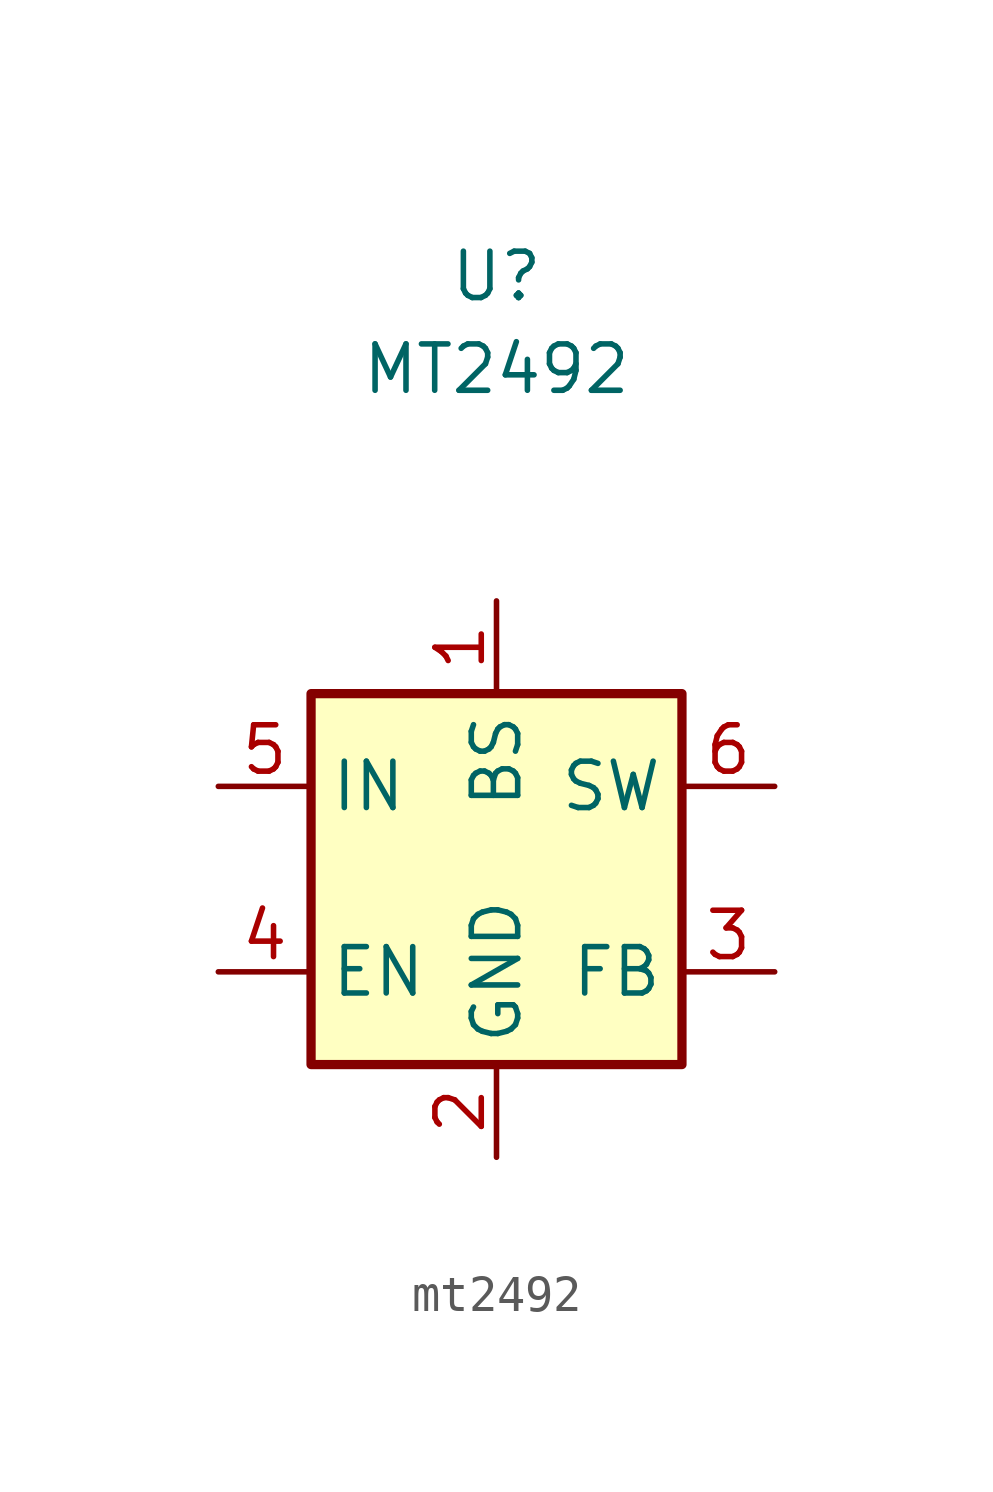
<source format=kicad_sym>
(kicad_symbol_lib
  (version 20220914)
  (generator kicad_symbol_editor)
  (symbol "mt2492"
    (property "Reference" "U"
      (at 0 0 0)
      (effects (font (size 1.27 1.27))))
    (property "Value" "MT2492"
      (at 0 -2.54 0)
      (effects (font (size 1.27 1.27))))
    (symbol "mt2492_0_1"
      (rectangle (start -5.08 -11.43) (end 5.08 -21.59) (stroke (width 0.254) (type default)) (fill (type background))))
    (symbol "mt2492_1_1"
      (pin input line (at 0 -8.89 270) (length 2.54) (name "BS" (effects (font (size 1.27 1.27)))) (number "1" (effects (font (size 1.27 1.27)))))
      (pin power_in line (at 0 -24.13 90) (length 2.54) (name "GND" (effects (font (size 1.27 1.27)))) (number "2" (effects (font (size 1.27 1.27)))))
      (pin input line (at 7.62 -19.05 180) (length 2.54) (name "FB" (effects (font (size 1.27 1.27)))) (number "3" (effects (font (size 1.27 1.27)))))
      (pin input line (at -7.62 -19.05 0) (length 2.54) (name "EN" (effects (font (size 1.27 1.27)))) (number "4" (effects (font (size 1.27 1.27)))))
      (pin power_in line (at -7.62 -13.97 0) (length 2.54) (name "IN" (effects (font (size 1.27 1.27)))) (number "5" (effects (font (size 1.27 1.27)))))
      (pin passive line (at 7.62 -13.97 180) (length 2.54) (name "SW" (effects (font (size 1.27 1.27)))) (number "6" (effects (font (size 1.27 1.27))))))))
</source>
